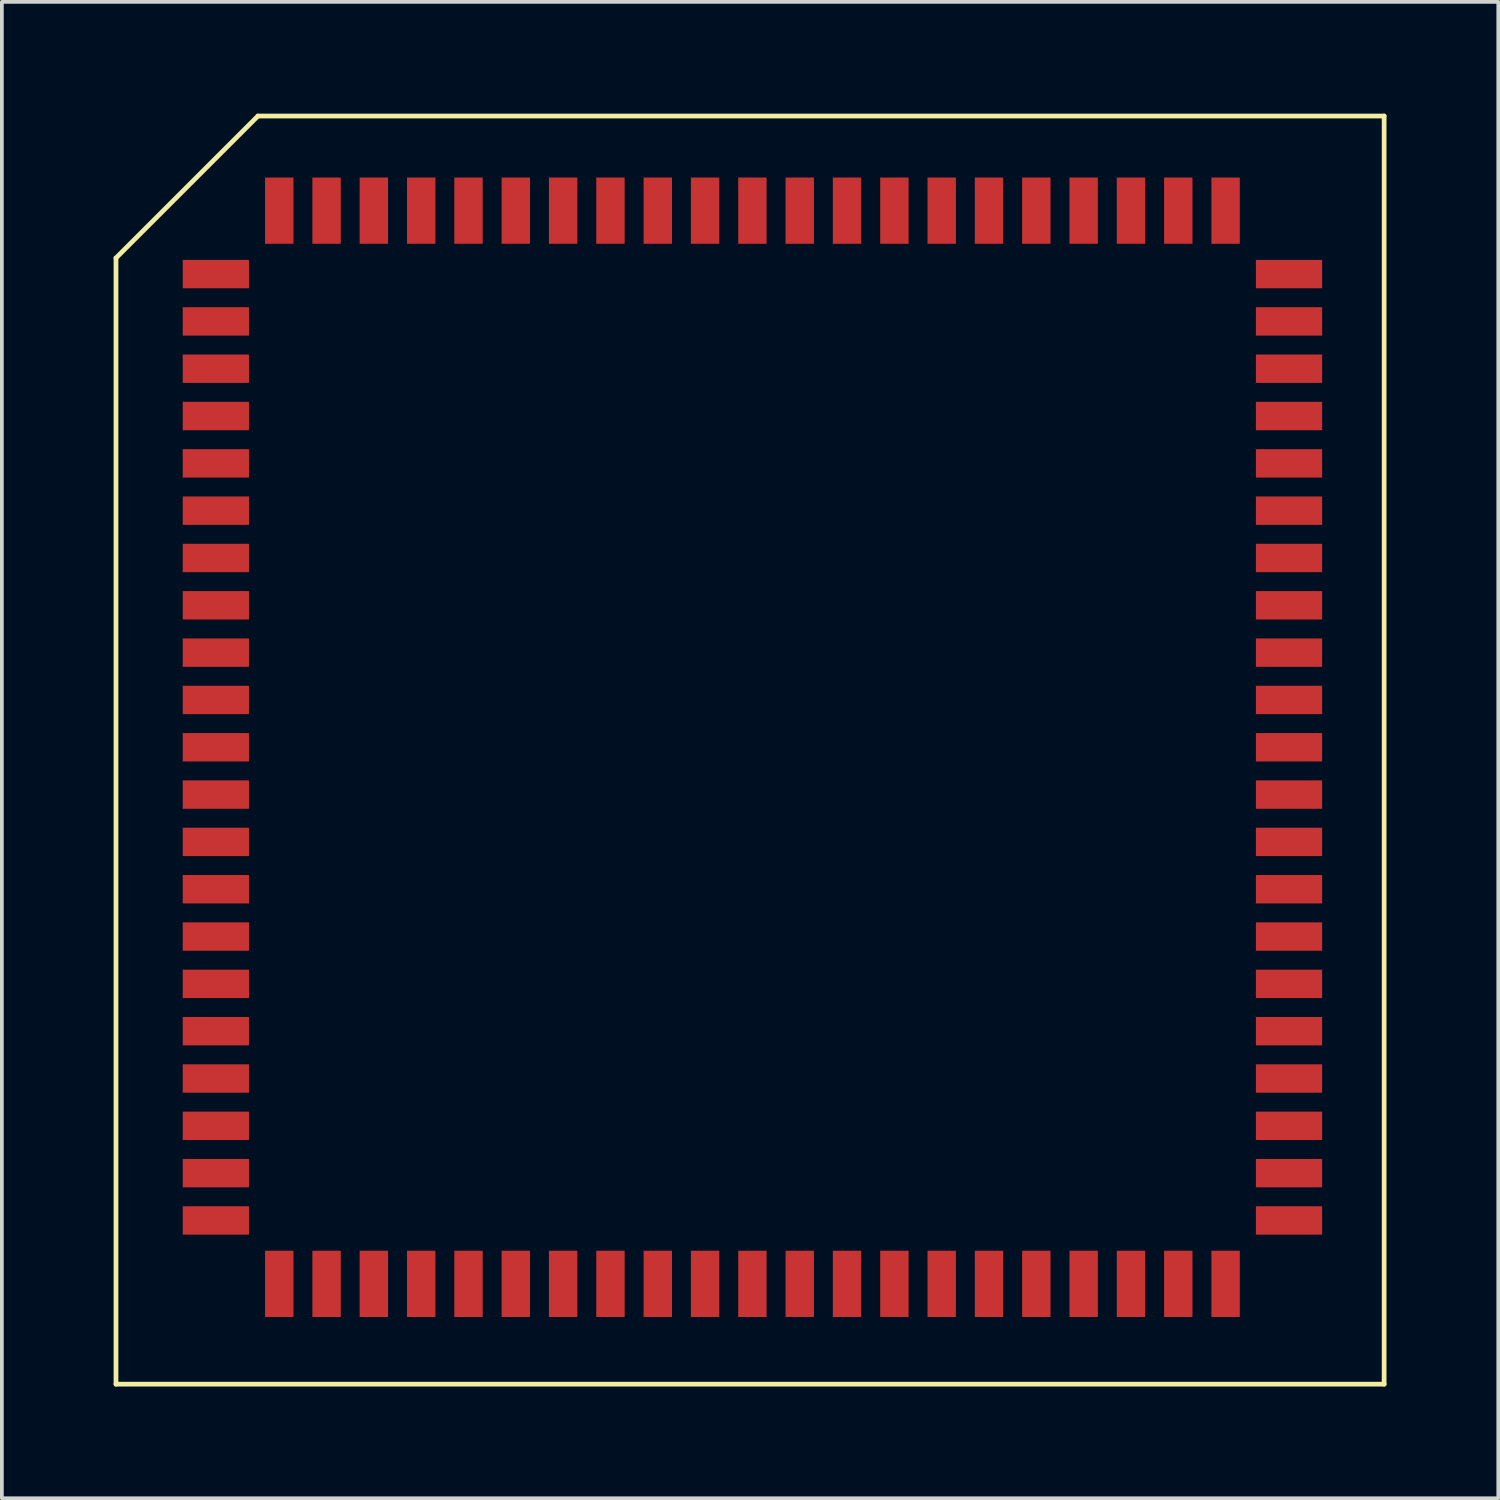
<source format=kicad_pcb>
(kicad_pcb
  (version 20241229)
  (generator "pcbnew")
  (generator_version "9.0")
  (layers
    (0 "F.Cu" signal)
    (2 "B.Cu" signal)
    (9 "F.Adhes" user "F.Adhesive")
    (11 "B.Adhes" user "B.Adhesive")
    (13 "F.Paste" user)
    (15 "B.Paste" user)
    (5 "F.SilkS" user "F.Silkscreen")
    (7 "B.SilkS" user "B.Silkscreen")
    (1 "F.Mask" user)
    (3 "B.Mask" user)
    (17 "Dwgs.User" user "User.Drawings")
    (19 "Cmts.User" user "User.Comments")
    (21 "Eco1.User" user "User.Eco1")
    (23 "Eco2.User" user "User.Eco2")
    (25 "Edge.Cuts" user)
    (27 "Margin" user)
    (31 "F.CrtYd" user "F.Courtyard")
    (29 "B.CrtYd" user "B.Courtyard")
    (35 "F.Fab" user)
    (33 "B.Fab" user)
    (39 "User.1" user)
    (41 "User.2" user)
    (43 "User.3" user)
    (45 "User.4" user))
  (footprint "nt"
    (layer "F.Cu")
    (at 14.287 10.986)
    (property "Reference" "nt" (at 0 0 0) (layer "Cmts.User") (effects (font (size 0.001 0.001) (thickness 0.000001))))
    (attr through_hole)
    (fp_line (start -14.224 -7.112) (end -10.414 -10.922) (stroke (width 0.127) (type solid)) (layer "F.SilkS"))
    (fp_line (start -14.224 23.114) (end -14.224 -7.112) (stroke (width 0.127) (type solid)) (layer "F.SilkS"))
    (fp_line (start -10.414 -10.922) (end 19.812 -10.922) (stroke (width 0.127) (type solid)) (layer "F.SilkS"))
    (fp_line (start 19.812 -10.922) (end 19.812 23.114) (stroke (width 0.127) (type solid)) (layer "F.SilkS"))
    (fp_line (start 19.812 23.114) (end -14.224 23.114) (stroke (width 0.127) (type solid)) (layer "F.SilkS"))
    (fp_text user ">name" (at 2.54 -5.08 0) (layer "Eco1.User") (effects (font (size 1.27 1.27) (thickness 0.102))))
    (fp_text user ">value" (at 5.08 17.78 0) (layer "Eco1.User") (effects (font (size 1.27 1.27) (thickness 0.102))))
    (pad "P$1" smd rect (at -11.544 6.02 90) (size 0.762 1.778) (layers "F.Cu" "F.Mask" "F.Paste"))
    (pad "P$2" smd rect (at -11.544 7.29 90) (size 0.762 1.778) (layers "F.Cu" "F.Mask" "F.Paste"))
    (pad "P$3" smd rect (at -11.544 8.56 90) (size 0.762 1.778) (layers "F.Cu" "F.Mask" "F.Paste"))
    (pad "P$4" smd rect (at -11.544 9.83 90) (size 0.762 1.778) (layers "F.Cu" "F.Mask" "F.Paste"))
    (pad "P$5" smd rect (at -11.544 11.1 90) (size 0.762 1.778) (layers "F.Cu" "F.Mask" "F.Paste"))
    (pad "P$6" smd rect (at -11.544 12.37 90) (size 0.762 1.778) (layers "F.Cu" "F.Mask" "F.Paste"))
    (pad "P$7" smd rect (at -11.544 13.64 90) (size 0.762 1.778) (layers "F.Cu" "F.Mask" "F.Paste"))
    (pad "P$8" smd rect (at -11.544 14.91 90) (size 0.762 1.778) (layers "F.Cu" "F.Mask" "F.Paste"))
    (pad "P$9" smd rect (at -11.544 16.18 90) (size 0.762 1.778) (layers "F.Cu" "F.Mask" "F.Paste"))
    (pad "P$10" smd rect (at -11.544 17.45 90) (size 0.762 1.778) (layers "F.Cu" "F.Mask" "F.Paste"))
    (pad "P$11" smd rect (at -11.544 18.72 90) (size 0.762 1.778) (layers "F.Cu" "F.Mask" "F.Paste"))
    (pad "P$12" smd rect (at -9.842 20.422 180) (size 0.762 1.778) (layers "F.Cu" "F.Mask" "F.Paste"))
    (pad "P$13" smd rect (at -8.572 20.422 180) (size 0.762 1.778) (layers "F.Cu" "F.Mask" "F.Paste"))
    (pad "P$14" smd rect (at -7.303 20.422 180) (size 0.762 1.778) (layers "F.Cu" "F.Mask" "F.Paste"))
    (pad "P$15" smd rect (at -6.032 20.422 180) (size 0.762 1.778) (layers "F.Cu" "F.Mask" "F.Paste"))
    (pad "P$16" smd rect (at -4.763 20.422 180) (size 0.762 1.778) (layers "F.Cu" "F.Mask" "F.Paste"))
    (pad "P$17" smd rect (at -3.493 20.422 180) (size 0.762 1.778) (layers "F.Cu" "F.Mask" "F.Paste"))
    (pad "P$18" smd rect (at -2.223 20.422 180) (size 0.762 1.778) (layers "F.Cu" "F.Mask" "F.Paste"))
    (pad "P$19" smd rect (at -0.953 20.422 180) (size 0.762 1.778) (layers "F.Cu" "F.Mask" "F.Paste"))
    (pad "P$20" smd rect (at 0.318 20.422 180) (size 0.762 1.778) (layers "F.Cu" "F.Mask" "F.Paste"))
    (pad "P$21" smd rect (at 1.587 20.422 180) (size 0.762 1.778) (layers "F.Cu" "F.Mask" "F.Paste"))
    (pad "P$22" smd rect (at 2.857 20.422 180) (size 0.762 1.778) (layers "F.Cu" "F.Mask" "F.Paste"))
    (pad "P$23" smd rect (at 4.128 20.422 180) (size 0.762 1.778) (layers "F.Cu" "F.Mask" "F.Paste"))
    (pad "P$24" smd rect (at 5.397 20.422 180) (size 0.762 1.778) (layers "F.Cu" "F.Mask" "F.Paste"))
    (pad "P$25" smd rect (at 6.668 20.422 180) (size 0.762 1.778) (layers "F.Cu" "F.Mask" "F.Paste"))
    (pad "P$26" smd rect (at 7.938 20.422 180) (size 0.762 1.778) (layers "F.Cu" "F.Mask" "F.Paste"))
    (pad "P$27" smd rect (at 9.207 20.422 180) (size 0.762 1.778) (layers "F.Cu" "F.Mask" "F.Paste"))
    (pad "P$28" smd rect (at 10.477 20.422 180) (size 0.762 1.778) (layers "F.Cu" "F.Mask" "F.Paste"))
    (pad "P$29" smd rect (at 11.748 20.422 180) (size 0.762 1.778) (layers "F.Cu" "F.Mask" "F.Paste"))
    (pad "P$30" smd rect (at 13.018 20.422 180) (size 0.762 1.778) (layers "F.Cu" "F.Mask" "F.Paste"))
    (pad "P$31" smd rect (at 14.287 20.422 180) (size 0.762 1.778) (layers "F.Cu" "F.Mask" "F.Paste"))
    (pad "P$32" smd rect (at 15.557 20.422 180) (size 0.762 1.778) (layers "F.Cu" "F.Mask" "F.Paste"))
    (pad "P$33" smd rect (at 17.259 18.72 90) (size 0.762 1.778) (layers "F.Cu" "F.Mask" "F.Paste"))
    (pad "P$34" smd rect (at 17.259 17.45 90) (size 0.762 1.778) (layers "F.Cu" "F.Mask" "F.Paste"))
    (pad "P$35" smd rect (at 17.259 16.18 90) (size 0.762 1.778) (layers "F.Cu" "F.Mask" "F.Paste"))
    (pad "P$36" smd rect (at 17.259 14.91 90) (size 0.762 1.778) (layers "F.Cu" "F.Mask" "F.Paste"))
    (pad "P$37" smd rect (at 17.259 13.64 90) (size 0.762 1.778) (layers "F.Cu" "F.Mask" "F.Paste"))
    (pad "P$38" smd rect (at 17.259 12.37 90) (size 0.762 1.778) (layers "F.Cu" "F.Mask" "F.Paste"))
    (pad "P$39" smd rect (at 17.259 11.1 90) (size 0.762 1.778) (layers "F.Cu" "F.Mask" "F.Paste"))
    (pad "P$40" smd rect (at 17.259 9.83 90) (size 0.762 1.778) (layers "F.Cu" "F.Mask" "F.Paste"))
    (pad "P$41" smd rect (at 17.259 8.56 90) (size 0.762 1.778) (layers "F.Cu" "F.Mask" "F.Paste"))
    (pad "P$42" smd rect (at 17.259 7.29 90) (size 0.762 1.778) (layers "F.Cu" "F.Mask" "F.Paste"))
    (pad "P$43" smd rect (at 17.259 6.02 90) (size 0.762 1.778) (layers "F.Cu" "F.Mask" "F.Paste"))
    (pad "P$44" smd rect (at 17.259 4.75 90) (size 0.762 1.778) (layers "F.Cu" "F.Mask" "F.Paste"))
    (pad "P$45" smd rect (at 17.259 3.48 90) (size 0.762 1.778) (layers "F.Cu" "F.Mask" "F.Paste"))
    (pad "P$46" smd rect (at 17.259 2.21 90) (size 0.762 1.778) (layers "F.Cu" "F.Mask" "F.Paste"))
    (pad "P$47" smd rect (at 17.259 0.94 90) (size 0.762 1.778) (layers "F.Cu" "F.Mask" "F.Paste"))
    (pad "P$48" smd rect (at 17.259 -0.33 90) (size 0.762 1.778) (layers "F.Cu" "F.Mask" "F.Paste"))
    (pad "P$49" smd rect (at 17.259 -1.6 90) (size 0.762 1.778) (layers "F.Cu" "F.Mask" "F.Paste"))
    (pad "P$50" smd rect (at 17.259 -2.87 90) (size 0.762 1.778) (layers "F.Cu" "F.Mask" "F.Paste"))
    (pad "P$51" smd rect (at 17.259 -4.14 90) (size 0.762 1.778) (layers "F.Cu" "F.Mask" "F.Paste"))
    (pad "P$52" smd rect (at 17.259 -5.41 90) (size 0.762 1.778) (layers "F.Cu" "F.Mask" "F.Paste"))
    (pad "P$53" smd rect (at 17.259 -6.68 90) (size 0.762 1.778) (layers "F.Cu" "F.Mask" "F.Paste"))
    (pad "P$54" smd rect (at 15.557 -8.382 180) (size 0.762 1.778) (layers "F.Cu" "F.Mask" "F.Paste"))
    (pad "P$55" smd rect (at 14.287 -8.382 180) (size 0.762 1.778) (layers "F.Cu" "F.Mask" "F.Paste"))
    (pad "P$56" smd rect (at 13.018 -8.382 180) (size 0.762 1.778) (layers "F.Cu" "F.Mask" "F.Paste"))
    (pad "P$57" smd rect (at 11.748 -8.382 180) (size 0.762 1.778) (layers "F.Cu" "F.Mask" "F.Paste"))
    (pad "P$58" smd rect (at 10.477 -8.382 180) (size 0.762 1.778) (layers "F.Cu" "F.Mask" "F.Paste"))
    (pad "P$59" smd rect (at 9.207 -8.382 180) (size 0.762 1.778) (layers "F.Cu" "F.Mask" "F.Paste"))
    (pad "P$60" smd rect (at 7.938 -8.382 180) (size 0.762 1.778) (layers "F.Cu" "F.Mask" "F.Paste"))
    (pad "P$61" smd rect (at 6.668 -8.382 180) (size 0.762 1.778) (layers "F.Cu" "F.Mask" "F.Paste"))
    (pad "P$62" smd rect (at 5.397 -8.382 180) (size 0.762 1.778) (layers "F.Cu" "F.Mask" "F.Paste"))
    (pad "P$63" smd rect (at 4.128 -8.382 180) (size 0.762 1.778) (layers "F.Cu" "F.Mask" "F.Paste"))
    (pad "P$64" smd rect (at 2.857 -8.382 180) (size 0.762 1.778) (layers "F.Cu" "F.Mask" "F.Paste"))
    (pad "P$65" smd rect (at 1.587 -8.382 180) (size 0.762 1.778) (layers "F.Cu" "F.Mask" "F.Paste"))
    (pad "P$66" smd rect (at 0.318 -8.382 180) (size 0.762 1.778) (layers "F.Cu" "F.Mask" "F.Paste"))
    (pad "P$67" smd rect (at -0.953 -8.382 180) (size 0.762 1.778) (layers "F.Cu" "F.Mask" "F.Paste"))
    (pad "P$68" smd rect (at -2.223 -8.382 180) (size 0.762 1.778) (layers "F.Cu" "F.Mask" "F.Paste"))
    (pad "P$69" smd rect (at -3.493 -8.382 180) (size 0.762 1.778) (layers "F.Cu" "F.Mask" "F.Paste"))
    (pad "P$70" smd rect (at -4.763 -8.382 180) (size 0.762 1.778) (layers "F.Cu" "F.Mask" "F.Paste"))
    (pad "P$71" smd rect (at -6.032 -8.382 180) (size 0.762 1.778) (layers "F.Cu" "F.Mask" "F.Paste"))
    (pad "P$72" smd rect (at -7.303 -8.382 180) (size 0.762 1.778) (layers "F.Cu" "F.Mask" "F.Paste"))
    (pad "P$73" smd rect (at -8.572 -8.382 180) (size 0.762 1.778) (layers "F.Cu" "F.Mask" "F.Paste"))
    (pad "P$74" smd rect (at -9.842 -8.382 180) (size 0.762 1.778) (layers "F.Cu" "F.Mask" "F.Paste"))
    (pad "P$75" smd rect (at -11.544 -6.68 90) (size 0.762 1.778) (layers "F.Cu" "F.Mask" "F.Paste"))
    (pad "P$76" smd rect (at -11.544 -5.41 90) (size 0.762 1.778) (layers "F.Cu" "F.Mask" "F.Paste"))
    (pad "P$77" smd rect (at -11.544 -4.14 90) (size 0.762 1.778) (layers "F.Cu" "F.Mask" "F.Paste"))
    (pad "P$78" smd rect (at -11.544 -2.87 90) (size 0.762 1.778) (layers "F.Cu" "F.Mask" "F.Paste"))
    (pad "P$79" smd rect (at -11.544 -1.6 90) (size 0.762 1.778) (layers "F.Cu" "F.Mask" "F.Paste"))
    (pad "P$80" smd rect (at -11.544 -0.33 90) (size 0.762 1.778) (layers "F.Cu" "F.Mask" "F.Paste"))
    (pad "P$81" smd rect (at -11.544 0.94 90) (size 0.762 1.778) (layers "F.Cu" "F.Mask" "F.Paste"))
    (pad "P$82" smd rect (at -11.544 2.21 90) (size 0.762 1.778) (layers "F.Cu" "F.Mask" "F.Paste"))
    (pad "P$83" smd rect (at -11.544 3.48 90) (size 0.762 1.778) (layers "F.Cu" "F.Mask" "F.Paste"))
    (pad "P$84" smd rect (at -11.544 4.75 90) (size 0.762 1.778) (layers "F.Cu" "F.Mask" "F.Paste")))
  (gr_rect
    (start -3 -3)
    (end 37.163 37.163)
    (stroke (width 0.1) (type default))
    (fill no)
    (layer "Edge.Cuts")))
</source>
